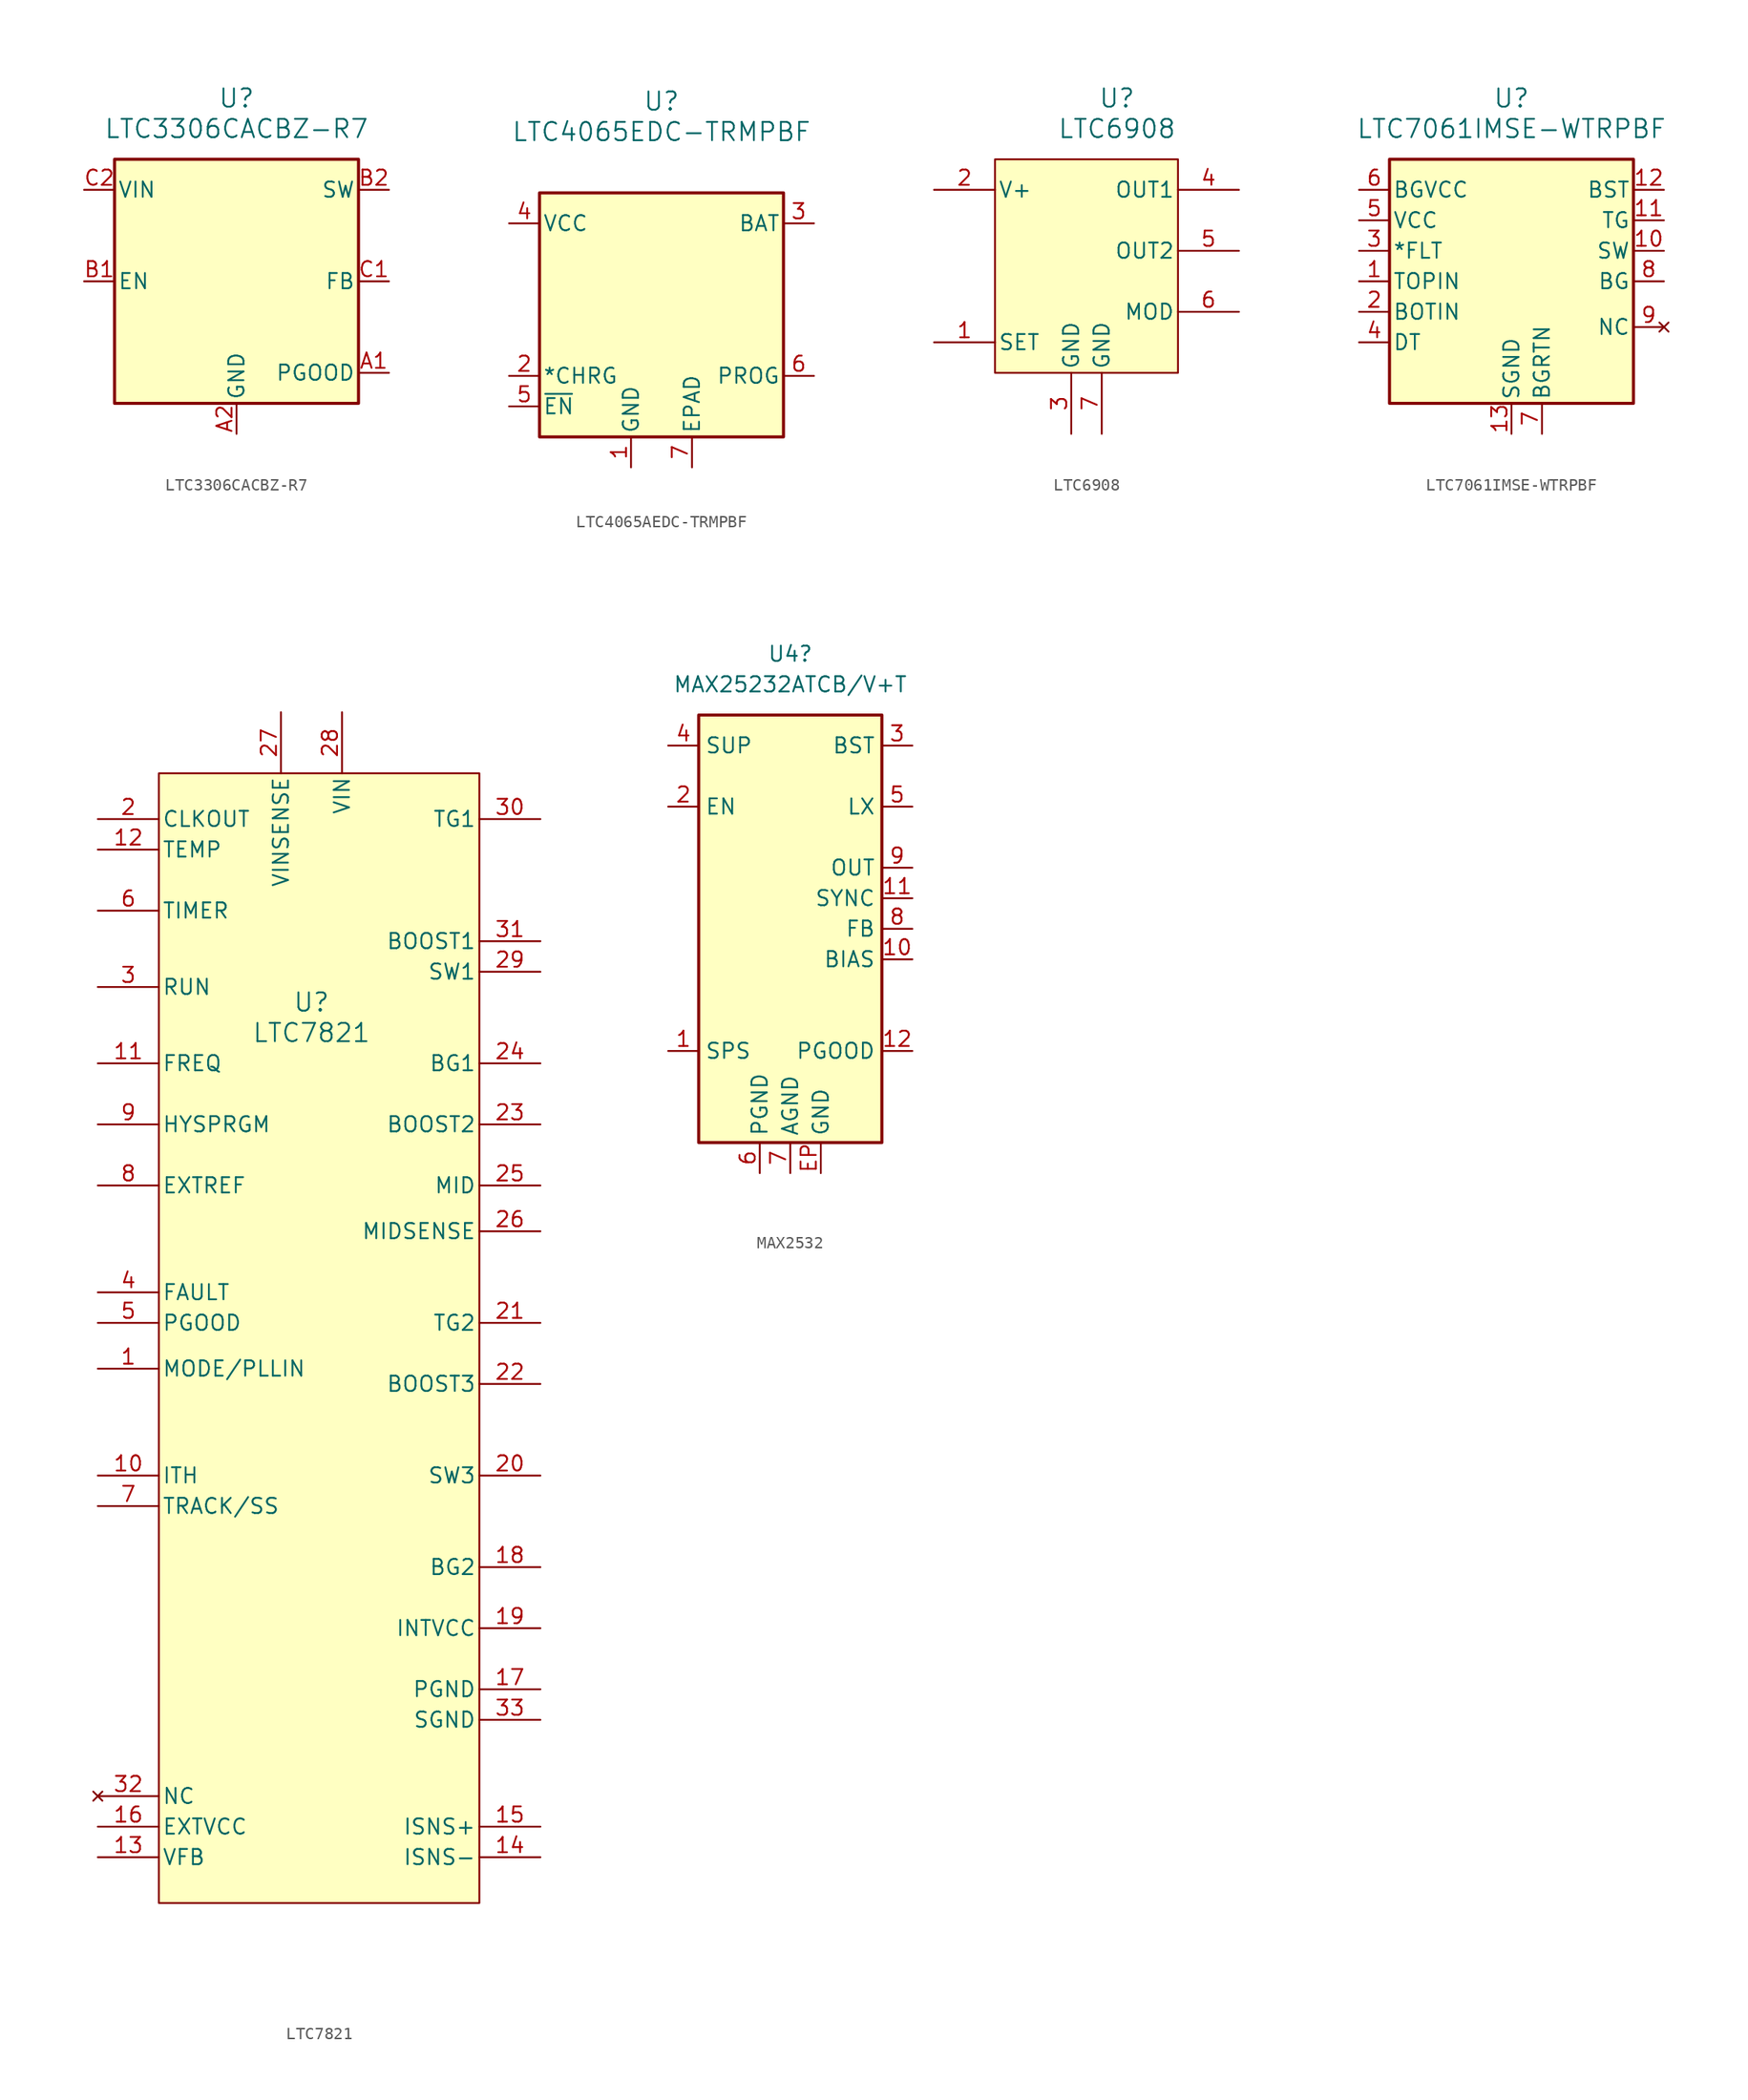
<source format=kicad_sym>
(kicad_symbol_lib
  (version 20231120)
  (generator "kicad_symbol_editor")
  (generator_version "8.0")
  (symbol "LTC3306CACBZ-R7"
    (pin_names
      (offset 0.254))
    (property "Reference" "U"
      (at 0 15.24 0)
      (effects (font (size 1.524 1.524))))
    (property "Value" "LTC3306CACBZ-R7"
      (at 0 12.7 0)
      (effects (font (size 1.524 1.524))))
    (property "ki_locked" ""
      (at 0 0 0)
      (effects (font (size 1.27 1.27))))
    (symbol "LTC3306CACBZ-R7_0_1"
      (pin output line (at 12.7 -7.62 180) (length 2.54) (name "PGOOD" (effects (font (size 1.27 1.27)))) (number "A1" (effects (font (size 1.27 1.27)))))
      (pin power_out line (at 0 -12.7 90) (length 2.54) (name "GND" (effects (font (size 1.27 1.27)))) (number "A2" (effects (font (size 1.27 1.27)))))
      (pin input line (at -12.7 0 0) (length 2.54) (name "EN" (effects (font (size 1.27 1.27)))) (number "B1" (effects (font (size 1.27 1.27)))))
      (pin unspecified line (at 12.7 7.62 180) (length 2.54) (name "SW" (effects (font (size 1.27 1.27)))) (number "B2" (effects (font (size 1.27 1.27)))))
      (pin unspecified line (at 12.7 0 180) (length 2.54) (name "FB" (effects (font (size 1.27 1.27)))) (number "C1" (effects (font (size 1.27 1.27)))))
      (pin unspecified line (at -12.7 7.62 0) (length 2.54) (name "VIN" (effects (font (size 1.27 1.27)))) (number "C2" (effects (font (size 1.27 1.27))))))
    (symbol "LTC3306CACBZ-R7_1_1"
      (rectangle (start -10.16 10.16) (end 10.16 -10.16) (stroke (width 0.254) (type default)) (fill (type background)))))
  (symbol "LTC4065AEDC-TRMPBF"
    (pin_names
      (offset 0.254))
    (property "Reference" "U"
      (at 0 17.78 0)
      (effects (font (size 1.524 1.524))))
    (property "Value" "LTC4065EDC-TRMPBF"
      (at 0 15.24 0)
      (effects (font (size 1.524 1.524))))
    (property "ki_locked" ""
      (at 0 0 0)
      (effects (font (size 1.27 1.27))))
    (symbol "LTC4065AEDC-TRMPBF_0_1"
      (pin power_in line (at -2.54 -12.7 90) (length 2.54) (name "GND" (effects (font (size 1.27 1.27)))) (number "1" (effects (font (size 1.27 1.27)))))
      (pin output line (at -12.7 -5.08 0) (length 2.54) (name "*CHRG" (effects (font (size 1.27 1.27)))) (number "2" (effects (font (size 1.27 1.27)))))
      (pin output line (at 12.7 7.62 180) (length 2.54) (name "BAT" (effects (font (size 1.27 1.27)))) (number "3" (effects (font (size 1.27 1.27)))))
      (pin power_in line (at -12.7 7.62 0) (length 2.54) (name "VCC" (effects (font (size 1.27 1.27)))) (number "4" (effects (font (size 1.27 1.27)))))
      (pin unspecified line (at 12.7 -5.08 180) (length 2.54) (name "PROG" (effects (font (size 1.27 1.27)))) (number "6" (effects (font (size 1.27 1.27)))))
      (pin unspecified line (at 2.54 -12.7 90) (length 2.54) (name "EPAD" (effects (font (size 1.27 1.27)))) (number "7" (effects (font (size 1.27 1.27))))))
    (symbol "LTC4065AEDC-TRMPBF_1_1"
      (rectangle (start -10.16 10.16) (end 10.16 -10.16) (stroke (width 0.254) (type default)) (fill (type background)))
      (pin bidirectional line (at -12.7 -7.62 0) (length 2.54) (name "~{EN}" (effects (font (size 1.27 1.27)))) (number "5" (effects (font (size 1.27 1.27)))))))
  (symbol "LTC6908"
    (pin_names
      (offset 0.254))
    (property "Reference" "U"
      (at 20.32 10.16 0)
      (effects (font (size 1.524 1.524))))
    (property "Value" "LTC6908"
      (at 20.32 7.62 0)
      (effects (font (size 1.524 1.524))))
    (property "ki_locked" ""
      (at 0 0 0)
      (effects (font (size 1.27 1.27))))
    (symbol "LTC6908_0_1"
      (pin input line (at 5.08 -10.16 0) (length 5.08) (name "SET" (effects (font (size 1.27 1.27)))) (number "1" (effects (font (size 1.27 1.27)))))
      (pin power_in line (at 5.08 2.54 0) (length 5.08) (name "V+" (effects (font (size 1.27 1.27)))) (number "2" (effects (font (size 1.27 1.27)))))
      (pin power_in line (at 16.51 -17.78 90) (length 5.08) (name "GND" (effects (font (size 1.27 1.27)))) (number "3" (effects (font (size 1.27 1.27)))))
      (pin output line (at 30.48 2.54 180) (length 5.08) (name "OUT1" (effects (font (size 1.27 1.27)))) (number "4" (effects (font (size 1.27 1.27)))))
      (pin output line (at 30.48 -2.54 180) (length 5.08) (name "OUT2" (effects (font (size 1.27 1.27)))) (number "5" (effects (font (size 1.27 1.27)))))
      (pin input line (at 30.48 -7.62 180) (length 5.08) (name "MOD" (effects (font (size 1.27 1.27)))) (number "6" (effects (font (size 1.27 1.27)))))
      (pin unspecified line (at 19.05 -17.78 90) (length 5.08) (name "GND" (effects (font (size 1.27 1.27)))) (number "7" (effects (font (size 1.27 1.27))))))
    (symbol "LTC6908_1_1"
      (rectangle (start 10.16 5.08) (end 25.4 -12.7) (stroke (width 0) (type default)) (fill (type background)))))
  (symbol "LTC7061IMSE-WTRPBF"
    (pin_names
      (offset 0.254))
    (property "Reference" "U"
      (at 0 15.24 0)
      (effects (font (size 1.524 1.524))))
    (property "Value" "LTC7061IMSE-WTRPBF"
      (at 0 12.7 0)
      (effects (font (size 1.524 1.524))))
    (property "ki_locked" ""
      (at 0 0 0)
      (effects (font (size 1.27 1.27))))
    (symbol "LTC7061IMSE-WTRPBF_0_1"
      (pin input line (at -12.7 0 0) (length 2.54) (name "TOPIN" (effects (font (size 1.27 1.27)))) (number "1" (effects (font (size 1.27 1.27)))))
      (pin unspecified line (at 12.7 2.54 180) (length 2.54) (name "SW" (effects (font (size 1.27 1.27)))) (number "10" (effects (font (size 1.27 1.27)))))
      (pin output line (at 12.7 5.08 180) (length 2.54) (name "TG" (effects (font (size 1.27 1.27)))) (number "11" (effects (font (size 1.27 1.27)))))
      (pin power_in line (at 12.7 7.62 180) (length 2.54) (name "BST" (effects (font (size 1.27 1.27)))) (number "12" (effects (font (size 1.27 1.27)))))
      (pin power_out line (at 0 -12.7 90) (length 2.54) (name "SGND" (effects (font (size 1.27 1.27)))) (number "13" (effects (font (size 1.27 1.27)))))
      (pin input line (at -12.7 -2.54 0) (length 2.54) (name "BOTIN" (effects (font (size 1.27 1.27)))) (number "2" (effects (font (size 1.27 1.27)))))
      (pin output line (at -12.7 2.54 0) (length 2.54) (name "*FLT" (effects (font (size 1.27 1.27)))) (number "3" (effects (font (size 1.27 1.27)))))
      (pin unspecified line (at -12.7 -5.08 0) (length 2.54) (name "DT" (effects (font (size 1.27 1.27)))) (number "4" (effects (font (size 1.27 1.27)))))
      (pin power_in line (at -12.7 5.08 0) (length 2.54) (name "VCC" (effects (font (size 1.27 1.27)))) (number "5" (effects (font (size 1.27 1.27)))))
      (pin power_in line (at -12.7 7.62 0) (length 2.54) (name "BGVCC" (effects (font (size 1.27 1.27)))) (number "6" (effects (font (size 1.27 1.27)))))
      (pin unspecified line (at 2.54 -12.7 90) (length 2.54) (name "BGRTN" (effects (font (size 1.27 1.27)))) (number "7" (effects (font (size 1.27 1.27)))))
      (pin output line (at 12.7 0 180) (length 2.54) (name "BG" (effects (font (size 1.27 1.27)))) (number "8" (effects (font (size 1.27 1.27)))))
      (pin no_connect line (at 12.7 -3.81 180) (length 2.54) (name "NC" (effects (font (size 1.27 1.27)))) (number "9" (effects (font (size 1.27 1.27))))))
    (symbol "LTC7061IMSE-WTRPBF_1_1"
      (rectangle (start -10.16 10.16) (end 10.16 -10.16) (stroke (width 0.254) (type default)) (fill (type background)))))
  (symbol "LTC7821"
    (pin_names
      (offset 0.254))
    (property "Reference" "U"
      (at 0 -13.97 0)
      (effects (font (size 1.524 1.524))))
    (property "Value" "LTC7821"
      (at 0 -16.51 0)
      (effects (font (size 1.524 1.524))))
    (property "ki_locked" ""
      (at 0 0 0)
      (effects (font (size 1.27 1.27))))
    (symbol "LTC7821_0_1"
      (pin unspecified line (at -17.78 -44.45 0) (length 5.08) (name "MODE/PLLIN" (effects (font (size 1.27 1.27)))) (number "1" (effects (font (size 1.27 1.27)))))
      (pin unspecified line (at -17.78 -53.34 0) (length 5.08) (name "ITH" (effects (font (size 1.27 1.27)))) (number "10" (effects (font (size 1.27 1.27)))))
      (pin unspecified line (at -17.78 -19.05 0) (length 5.08) (name "FREQ" (effects (font (size 1.27 1.27)))) (number "11" (effects (font (size 1.27 1.27)))))
      (pin unspecified line (at -17.78 -1.27 0) (length 5.08) (name "TEMP" (effects (font (size 1.27 1.27)))) (number "12" (effects (font (size 1.27 1.27)))))
      (pin unspecified line (at -17.78 -85.09 0) (length 5.08) (name "VFB" (effects (font (size 1.27 1.27)))) (number "13" (effects (font (size 1.27 1.27)))))
      (pin unspecified line (at 19.05 -82.55 180) (length 5.08) (name "ISNS+" (effects (font (size 1.27 1.27)))) (number "15" (effects (font (size 1.27 1.27)))))
      (pin unspecified line (at -17.78 -82.55 0) (length 5.08) (name "EXTVCC" (effects (font (size 1.27 1.27)))) (number "16" (effects (font (size 1.27 1.27)))))
      (pin power_out line (at 19.05 -71.12 180) (length 5.08) (name "PGND" (effects (font (size 1.27 1.27)))) (number "17" (effects (font (size 1.27 1.27)))))
      (pin bidirectional line (at 19.05 -60.96 180) (length 5.08) (name "BG2" (effects (font (size 1.27 1.27)))) (number "18" (effects (font (size 1.27 1.27)))))
      (pin unspecified line (at 19.05 -66.04 180) (length 5.08) (name "INTVCC" (effects (font (size 1.27 1.27)))) (number "19" (effects (font (size 1.27 1.27)))))
      (pin output line (at -17.78 1.27 0) (length 5.08) (name "CLKOUT" (effects (font (size 1.27 1.27)))) (number "2" (effects (font (size 1.27 1.27)))))
      (pin bidirectional line (at 19.05 -53.34 180) (length 5.08) (name "SW3" (effects (font (size 1.27 1.27)))) (number "20" (effects (font (size 1.27 1.27)))))
      (pin bidirectional line (at 19.05 -40.64 180) (length 5.08) (name "TG2" (effects (font (size 1.27 1.27)))) (number "21" (effects (font (size 1.27 1.27)))))
      (pin bidirectional line (at 19.05 -45.72 180) (length 5.08) (name "BOOST3" (effects (font (size 1.27 1.27)))) (number "22" (effects (font (size 1.27 1.27)))))
      (pin bidirectional line (at 19.05 -24.13 180) (length 5.08) (name "BOOST2" (effects (font (size 1.27 1.27)))) (number "23" (effects (font (size 1.27 1.27)))))
      (pin bidirectional line (at 19.05 -19.05 180) (length 5.08) (name "BG1" (effects (font (size 1.27 1.27)))) (number "24" (effects (font (size 1.27 1.27)))))
      (pin unspecified line (at 19.05 -29.21 180) (length 5.08) (name "MID" (effects (font (size 1.27 1.27)))) (number "25" (effects (font (size 1.27 1.27)))))
      (pin unspecified line (at 19.05 -33.02 180) (length 5.08) (name "MIDSENSE" (effects (font (size 1.27 1.27)))) (number "26" (effects (font (size 1.27 1.27)))))
      (pin unspecified line (at -2.54 10.16 270) (length 5.08) (name "VINSENSE" (effects (font (size 1.27 1.27)))) (number "27" (effects (font (size 1.27 1.27)))))
      (pin unspecified line (at 2.54 10.16 270) (length 5.08) (name "VIN" (effects (font (size 1.27 1.27)))) (number "28" (effects (font (size 1.27 1.27)))))
      (pin bidirectional line (at 19.05 -11.43 180) (length 5.08) (name "SW1" (effects (font (size 1.27 1.27)))) (number "29" (effects (font (size 1.27 1.27)))))
      (pin unspecified line (at -17.78 -12.7 0) (length 5.08) (name "RUN" (effects (font (size 1.27 1.27)))) (number "3" (effects (font (size 1.27 1.27)))))
      (pin bidirectional line (at 19.05 1.27 180) (length 5.08) (name "TG1" (effects (font (size 1.27 1.27)))) (number "30" (effects (font (size 1.27 1.27)))))
      (pin bidirectional line (at 19.05 -8.89 180) (length 5.08) (name "BOOST1" (effects (font (size 1.27 1.27)))) (number "31" (effects (font (size 1.27 1.27)))))
      (pin no_connect line (at -17.78 -80.01 0) (length 5.08) (name "NC" (effects (font (size 1.27 1.27)))) (number "32" (effects (font (size 1.27 1.27)))))
      (pin power_out line (at 19.05 -73.66 180) (length 5.08) (name "SGND" (effects (font (size 1.27 1.27)))) (number "33" (effects (font (size 1.27 1.27)))))
      (pin unspecified line (at -17.78 -38.1 0) (length 5.08) (name "FAULT" (effects (font (size 1.27 1.27)))) (number "4" (effects (font (size 1.27 1.27)))))
      (pin unspecified line (at -17.78 -40.64 0) (length 5.08) (name "PGOOD" (effects (font (size 1.27 1.27)))) (number "5" (effects (font (size 1.27 1.27)))))
      (pin unspecified line (at -17.78 -6.35 0) (length 5.08) (name "TIMER" (effects (font (size 1.27 1.27)))) (number "6" (effects (font (size 1.27 1.27)))))
      (pin unspecified line (at -17.78 -55.88 0) (length 5.08) (name "TRACK/SS" (effects (font (size 1.27 1.27)))) (number "7" (effects (font (size 1.27 1.27)))))
      (pin unspecified line (at -17.78 -29.21 0) (length 5.08) (name "EXTREF" (effects (font (size 1.27 1.27)))) (number "8" (effects (font (size 1.27 1.27)))))
      (pin unspecified line (at -17.78 -24.13 0) (length 5.08) (name "HYSPRGM" (effects (font (size 1.27 1.27)))) (number "9" (effects (font (size 1.27 1.27))))))
    (symbol "LTC7821_1_1"
      (rectangle (start -12.7 5.08) (end 13.97 -88.9) (stroke (width 0) (type default)) (fill (type background)))
      (pin unspecified line (at 19.05 -85.09 180) (length 5.08) (name "ISNS-" (effects (font (size 1.27 1.27)))) (number "14" (effects (font (size 1.27 1.27)))))))
  (symbol "MAX2532"
    (property "Reference" "U4"
      (at 0 17.78 0)
      (effects (font (size 1.27 1.27))))
    (property "Value" "MAX25232ATCB/V+T"
      (at 0 15.24 0)
      (effects (font (size 1.27 1.27))))
    (symbol "MAX2532_1_1"
      (rectangle (start -7.62 12.7) (end 7.62 -22.86) (stroke (width 0.254) (type default)) (fill (type background)))
      (pin input line (at -10.16 -15.24 0) (length 2.54) (name "SPS" (effects (font (size 1.27 1.27)))) (number "1" (effects (font (size 1.27 1.27)))))
      (pin unspecified line (at 10.16 -7.62 180) (length 2.54) (name "BIAS" (effects (font (size 1.27 1.27)))) (number "10" (effects (font (size 1.27 1.27)))))
      (pin input line (at 10.16 -2.54 180) (length 2.54) (name "SYNC" (effects (font (size 1.27 1.27)))) (number "11" (effects (font (size 1.27 1.27)))))
      (pin open_collector line (at 10.16 -15.24 180) (length 2.54) (name "PGOOD" (effects (font (size 1.27 1.27)))) (number "12" (effects (font (size 1.27 1.27)))))
      (pin input line (at -10.16 5.08 0) (length 2.54) (name "EN" (effects (font (size 1.27 1.27)))) (number "2" (effects (font (size 1.27 1.27)))))
      (pin unspecified line (at 10.16 10.16 180) (length 2.54) (name "BST" (effects (font (size 1.27 1.27)))) (number "3" (effects (font (size 1.27 1.27)))))
      (pin power_in line (at -10.16 10.16 0) (length 2.54) (name "SUP" (effects (font (size 1.27 1.27)))) (number "4" (effects (font (size 1.27 1.27)))))
      (pin unspecified line (at 10.16 5.08 180) (length 2.54) (name "LX" (effects (font (size 1.27 1.27)))) (number "5" (effects (font (size 1.27 1.27)))))
      (pin unspecified line (at -2.54 -25.4 90) (length 2.54) (name "PGND" (effects (font (size 1.27 1.27)))) (number "6" (effects (font (size 1.27 1.27)))))
      (pin unspecified line (at 0 -25.4 90) (length 2.54) (name "AGND" (effects (font (size 1.27 1.27)))) (number "7" (effects (font (size 1.27 1.27)))))
      (pin input line (at 10.16 -5.08 180) (length 2.54) (name "FB" (effects (font (size 1.27 1.27)))) (number "8" (effects (font (size 1.27 1.27)))))
      (pin power_out line (at 10.16 0 180) (length 2.54) (name "OUT" (effects (font (size 1.27 1.27)))) (number "9" (effects (font (size 1.27 1.27)))))
      (pin unspecified line (at 2.54 -25.4 90) (length 2.54) (name "GND" (effects (font (size 1.27 1.27)))) (number "EP" (effects (font (size 1.27 1.27))))))))
</source>
